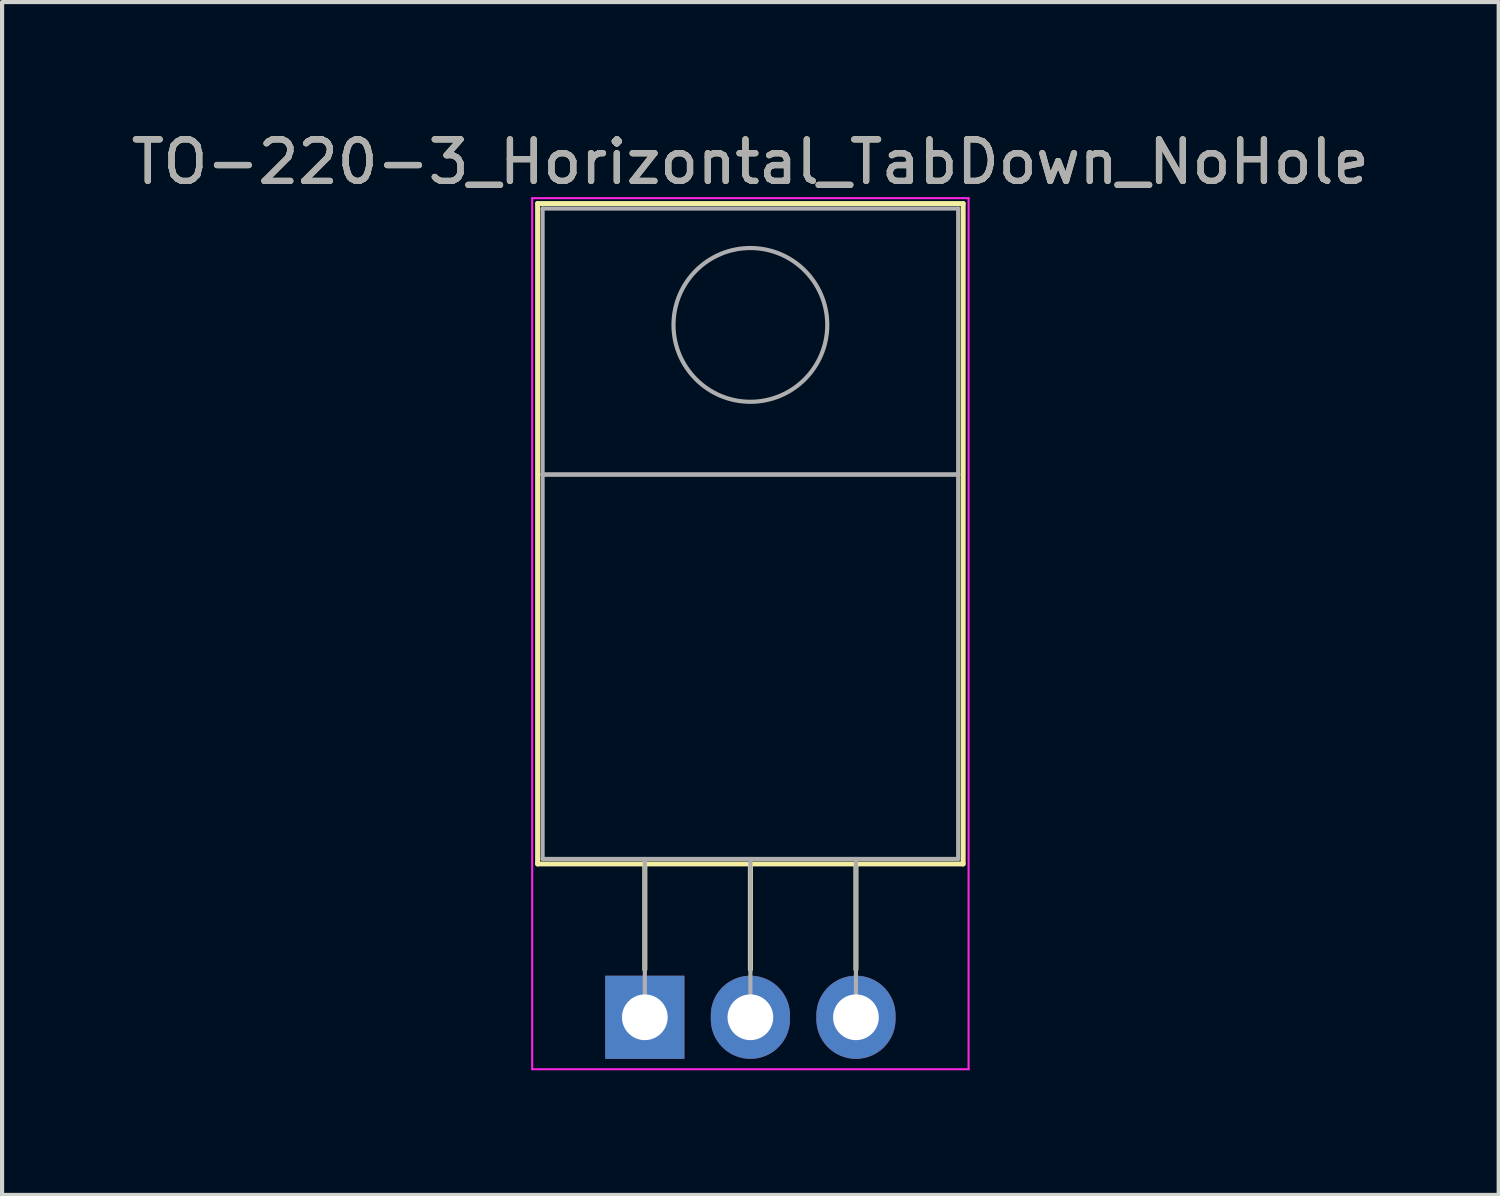
<source format=kicad_pcb>
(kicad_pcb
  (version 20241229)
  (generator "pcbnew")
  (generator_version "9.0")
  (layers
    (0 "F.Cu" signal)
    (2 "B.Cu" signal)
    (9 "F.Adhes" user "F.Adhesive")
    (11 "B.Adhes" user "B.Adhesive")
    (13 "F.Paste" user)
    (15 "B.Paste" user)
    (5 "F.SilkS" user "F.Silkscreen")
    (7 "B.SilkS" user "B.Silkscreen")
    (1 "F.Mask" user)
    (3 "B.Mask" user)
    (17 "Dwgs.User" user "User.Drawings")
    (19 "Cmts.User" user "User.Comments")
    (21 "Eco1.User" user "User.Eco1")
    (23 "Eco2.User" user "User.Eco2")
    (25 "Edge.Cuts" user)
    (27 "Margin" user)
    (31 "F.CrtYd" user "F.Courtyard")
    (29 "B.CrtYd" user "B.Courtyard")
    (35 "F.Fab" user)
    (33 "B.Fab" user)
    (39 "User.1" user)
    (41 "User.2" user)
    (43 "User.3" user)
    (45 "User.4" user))
  (footprint "TO-220-3_Horizontal_TabDown_NoHole"
    (layer "F.Cu")
    (at 12.466 21.428)
    (property "Reference" "TO-220-3_Horizontal_TabDown_NoHole" (at 2.54 -20.58 0) (layer "F.SilkS") (effects (font (size 1 1) (thickness 0.15))))
    (attr through_hole)
    (fp_line (start -2.58 -19.58) (end -2.58 -3.69) (stroke (width 0.12) (type solid)) (layer "F.SilkS"))
    (fp_line (start -2.58 -19.58) (end 7.66 -19.58) (stroke (width 0.12) (type solid)) (layer "F.SilkS"))
    (fp_line (start -2.58 -3.69) (end 7.66 -3.69) (stroke (width 0.12) (type solid)) (layer "F.SilkS"))
    (fp_line (start 0 -3.69) (end 0 -1.15) (stroke (width 0.12) (type solid)) (layer "F.SilkS"))
    (fp_line (start 2.54 -3.69) (end 2.54 -1.15) (stroke (width 0.12) (type solid)) (layer "F.SilkS"))
    (fp_line (start 5.08 -3.69) (end 5.08 -1.15) (stroke (width 0.12) (type solid)) (layer "F.SilkS"))
    (fp_line (start 7.66 -19.58) (end 7.66 -3.69) (stroke (width 0.12) (type solid)) (layer "F.SilkS"))
    (fp_line (start -2.71 -19.71) (end -2.71 1.25) (stroke (width 0.05) (type solid)) (layer "F.CrtYd"))
    (fp_line (start -2.71 1.25) (end 7.79 1.25) (stroke (width 0.05) (type solid)) (layer "F.CrtYd"))
    (fp_line (start 7.79 -19.71) (end -2.71 -19.71) (stroke (width 0.05) (type solid)) (layer "F.CrtYd"))
    (fp_line (start 7.79 1.25) (end 7.79 -19.71) (stroke (width 0.05) (type solid)) (layer "F.CrtYd"))
    (fp_line (start -2.46 -19.46) (end 7.54 -19.46) (stroke (width 0.1) (type solid)) (layer "F.Fab"))
    (fp_line (start -2.46 -13.06) (end -2.46 -19.46) (stroke (width 0.1) (type solid)) (layer "F.Fab"))
    (fp_line (start -2.46 -13.06) (end 7.54 -13.06) (stroke (width 0.1) (type solid)) (layer "F.Fab"))
    (fp_line (start -2.46 -3.81) (end -2.46 -13.06) (stroke (width 0.1) (type solid)) (layer "F.Fab"))
    (fp_line (start 0 -3.81) (end 0 0) (stroke (width 0.1) (type solid)) (layer "F.Fab"))
    (fp_line (start 2.54 -3.81) (end 2.54 0) (stroke (width 0.1) (type solid)) (layer "F.Fab"))
    (fp_line (start 5.08 -3.81) (end 5.08 0) (stroke (width 0.1) (type solid)) (layer "F.Fab"))
    (fp_line (start 7.54 -19.46) (end 7.54 -13.06) (stroke (width 0.1) (type solid)) (layer "F.Fab"))
    (fp_line (start 7.54 -13.06) (end -2.46 -13.06) (stroke (width 0.1) (type solid)) (layer "F.Fab"))
    (fp_line (start 7.54 -13.06) (end 7.54 -3.81) (stroke (width 0.1) (type solid)) (layer "F.Fab"))
    (fp_line (start 7.54 -3.81) (end -2.46 -3.81) (stroke (width 0.1) (type solid)) (layer "F.Fab"))
    (fp_circle (center 2.54 -16.66) (end 4.39 -16.66) (stroke (width 0.1) (type solid)) (fill no) (layer "F.Fab"))
    (fp_text user "${REFERENCE}" (at 2.54 -20.58 0) (layer "F.Fab") (effects (font (size 1 1) (thickness 0.15))))
    (pad "1" thru_hole rect (at 0 0) (size 1.905 2) (drill 1.1) (layers "*.Cu" "*.Mask"))
    (pad "2" thru_hole oval (at 2.54 0) (size 1.905 2) (drill 1.1) (layers "*.Cu" "*.Mask"))
    (pad "3" thru_hole oval (at 5.08 0) (size 1.905 2) (drill 1.1) (layers "*.Cu" "*.Mask")))
  (gr_rect
    (start -3 -3)
    (end 33.012 25.703)
    (stroke (width 0.1) (type default))
    (fill no)
    (layer "Edge.Cuts")))
</source>
